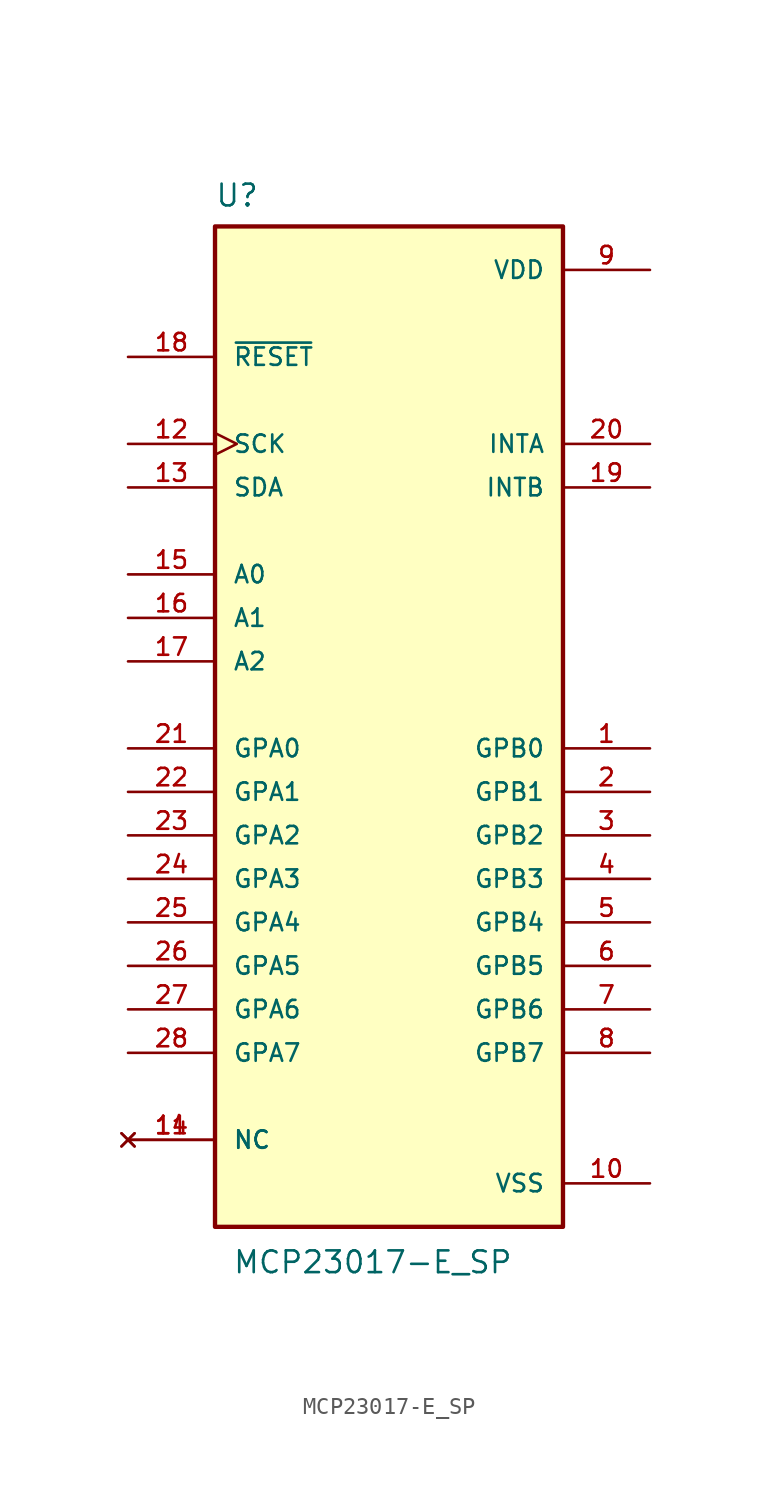
<source format=kicad_sym>
(kicad_symbol_lib
  (version 20211014)
  (generator kicad_symbol_editor)
  (symbol "MCP23017-E_SP"
    (pin_names
      (offset 1.016))
    (property "Reference" "U"
      (at -10.179 29.006 0)
      (effects (font (size 1.27 1.27)) (justify bottom left)))
    (property "Value" "MCP23017-E_SP"
      (at -9.148 -33.288 0)
      (effects (font (size 1.27 1.27)) (justify bottom left)))
    (symbol "MCP23017-E_SP_0_0"
      (rectangle (start -10.16 -30.48) (end 10.16 27.94) (stroke (width 0.254)) (fill (type background)))
      (pin power_in line (at 15.24 25.4 180.0) (length 5.08) (name "VDD" (effects (font (size 1.016 1.016)))) (number "9" (effects (font (size 1.016 1.016)))))
      (pin power_in line (at 15.24 -27.94 180.0) (length 5.08) (name "VSS" (effects (font (size 1.016 1.016)))) (number "10" (effects (font (size 1.016 1.016)))))
      (pin input clock (at -15.24 15.24 0) (length 5.08) (name "SCK" (effects (font (size 1.016 1.016)))) (number "12" (effects (font (size 1.016 1.016)))))
      (pin bidirectional line (at -15.24 12.7 0) (length 5.08) (name "SDA" (effects (font (size 1.016 1.016)))) (number "13" (effects (font (size 1.016 1.016)))))
      (pin input line (at -15.24 7.62 0) (length 5.08) (name "A0" (effects (font (size 1.016 1.016)))) (number "15" (effects (font (size 1.016 1.016)))))
      (pin input line (at -15.24 5.08 0) (length 5.08) (name "A1" (effects (font (size 1.016 1.016)))) (number "16" (effects (font (size 1.016 1.016)))))
      (pin input line (at -15.24 2.54 0) (length 5.08) (name "A2" (effects (font (size 1.016 1.016)))) (number "17" (effects (font (size 1.016 1.016)))))
      (pin input line (at -15.24 20.32 0) (length 5.08) (name "~{RESET}" (effects (font (size 1.016 1.016)))) (number "18" (effects (font (size 1.016 1.016)))))
      (pin output line (at 15.24 15.24 180.0) (length 5.08) (name "INTA" (effects (font (size 1.016 1.016)))) (number "20" (effects (font (size 1.016 1.016)))))
      (pin output line (at 15.24 12.7 180.0) (length 5.08) (name "INTB" (effects (font (size 1.016 1.016)))) (number "19" (effects (font (size 1.016 1.016)))))
      (pin bidirectional line (at -15.24 -2.54 0) (length 5.08) (name "GPA0" (effects (font (size 1.016 1.016)))) (number "21" (effects (font (size 1.016 1.016)))))
      (pin bidirectional line (at -15.24 -5.08 0) (length 5.08) (name "GPA1" (effects (font (size 1.016 1.016)))) (number "22" (effects (font (size 1.016 1.016)))))
      (pin bidirectional line (at -15.24 -7.62 0) (length 5.08) (name "GPA2" (effects (font (size 1.016 1.016)))) (number "23" (effects (font (size 1.016 1.016)))))
      (pin bidirectional line (at -15.24 -10.16 0) (length 5.08) (name "GPA3" (effects (font (size 1.016 1.016)))) (number "24" (effects (font (size 1.016 1.016)))))
      (pin bidirectional line (at -15.24 -12.7 0) (length 5.08) (name "GPA4" (effects (font (size 1.016 1.016)))) (number "25" (effects (font (size 1.016 1.016)))))
      (pin bidirectional line (at -15.24 -15.24 0) (length 5.08) (name "GPA5" (effects (font (size 1.016 1.016)))) (number "26" (effects (font (size 1.016 1.016)))))
      (pin bidirectional line (at -15.24 -17.78 0) (length 5.08) (name "GPA6" (effects (font (size 1.016 1.016)))) (number "27" (effects (font (size 1.016 1.016)))))
      (pin bidirectional line (at -15.24 -20.32 0) (length 5.08) (name "GPA7" (effects (font (size 1.016 1.016)))) (number "28" (effects (font (size 1.016 1.016)))))
      (pin bidirectional line (at 15.24 -2.54 180.0) (length 5.08) (name "GPB0" (effects (font (size 1.016 1.016)))) (number "1" (effects (font (size 1.016 1.016)))))
      (pin bidirectional line (at 15.24 -5.08 180.0) (length 5.08) (name "GPB1" (effects (font (size 1.016 1.016)))) (number "2" (effects (font (size 1.016 1.016)))))
      (pin bidirectional line (at 15.24 -7.62 180.0) (length 5.08) (name "GPB2" (effects (font (size 1.016 1.016)))) (number "3" (effects (font (size 1.016 1.016)))))
      (pin bidirectional line (at 15.24 -10.16 180.0) (length 5.08) (name "GPB3" (effects (font (size 1.016 1.016)))) (number "4" (effects (font (size 1.016 1.016)))))
      (pin bidirectional line (at 15.24 -12.7 180.0) (length 5.08) (name "GPB4" (effects (font (size 1.016 1.016)))) (number "5" (effects (font (size 1.016 1.016)))))
      (pin bidirectional line (at 15.24 -15.24 180.0) (length 5.08) (name "GPB5" (effects (font (size 1.016 1.016)))) (number "6" (effects (font (size 1.016 1.016)))))
      (pin bidirectional line (at 15.24 -17.78 180.0) (length 5.08) (name "GPB6" (effects (font (size 1.016 1.016)))) (number "7" (effects (font (size 1.016 1.016)))))
      (pin bidirectional line (at 15.24 -20.32 180.0) (length 5.08) (name "GPB7" (effects (font (size 1.016 1.016)))) (number "8" (effects (font (size 1.016 1.016)))))
      (pin no_connect line (at -15.24 -25.4 0) (length 5.08) (name "NC" (effects (font (size 1.016 1.016)))) (number "11" (effects (font (size 1.016 1.016)))))
      (pin no_connect line (at -15.24 -25.4 0) (length 5.08) (name "NC" (effects (font (size 1.016 1.016)))) (number "14" (effects (font (size 1.016 1.016))))))))
</source>
